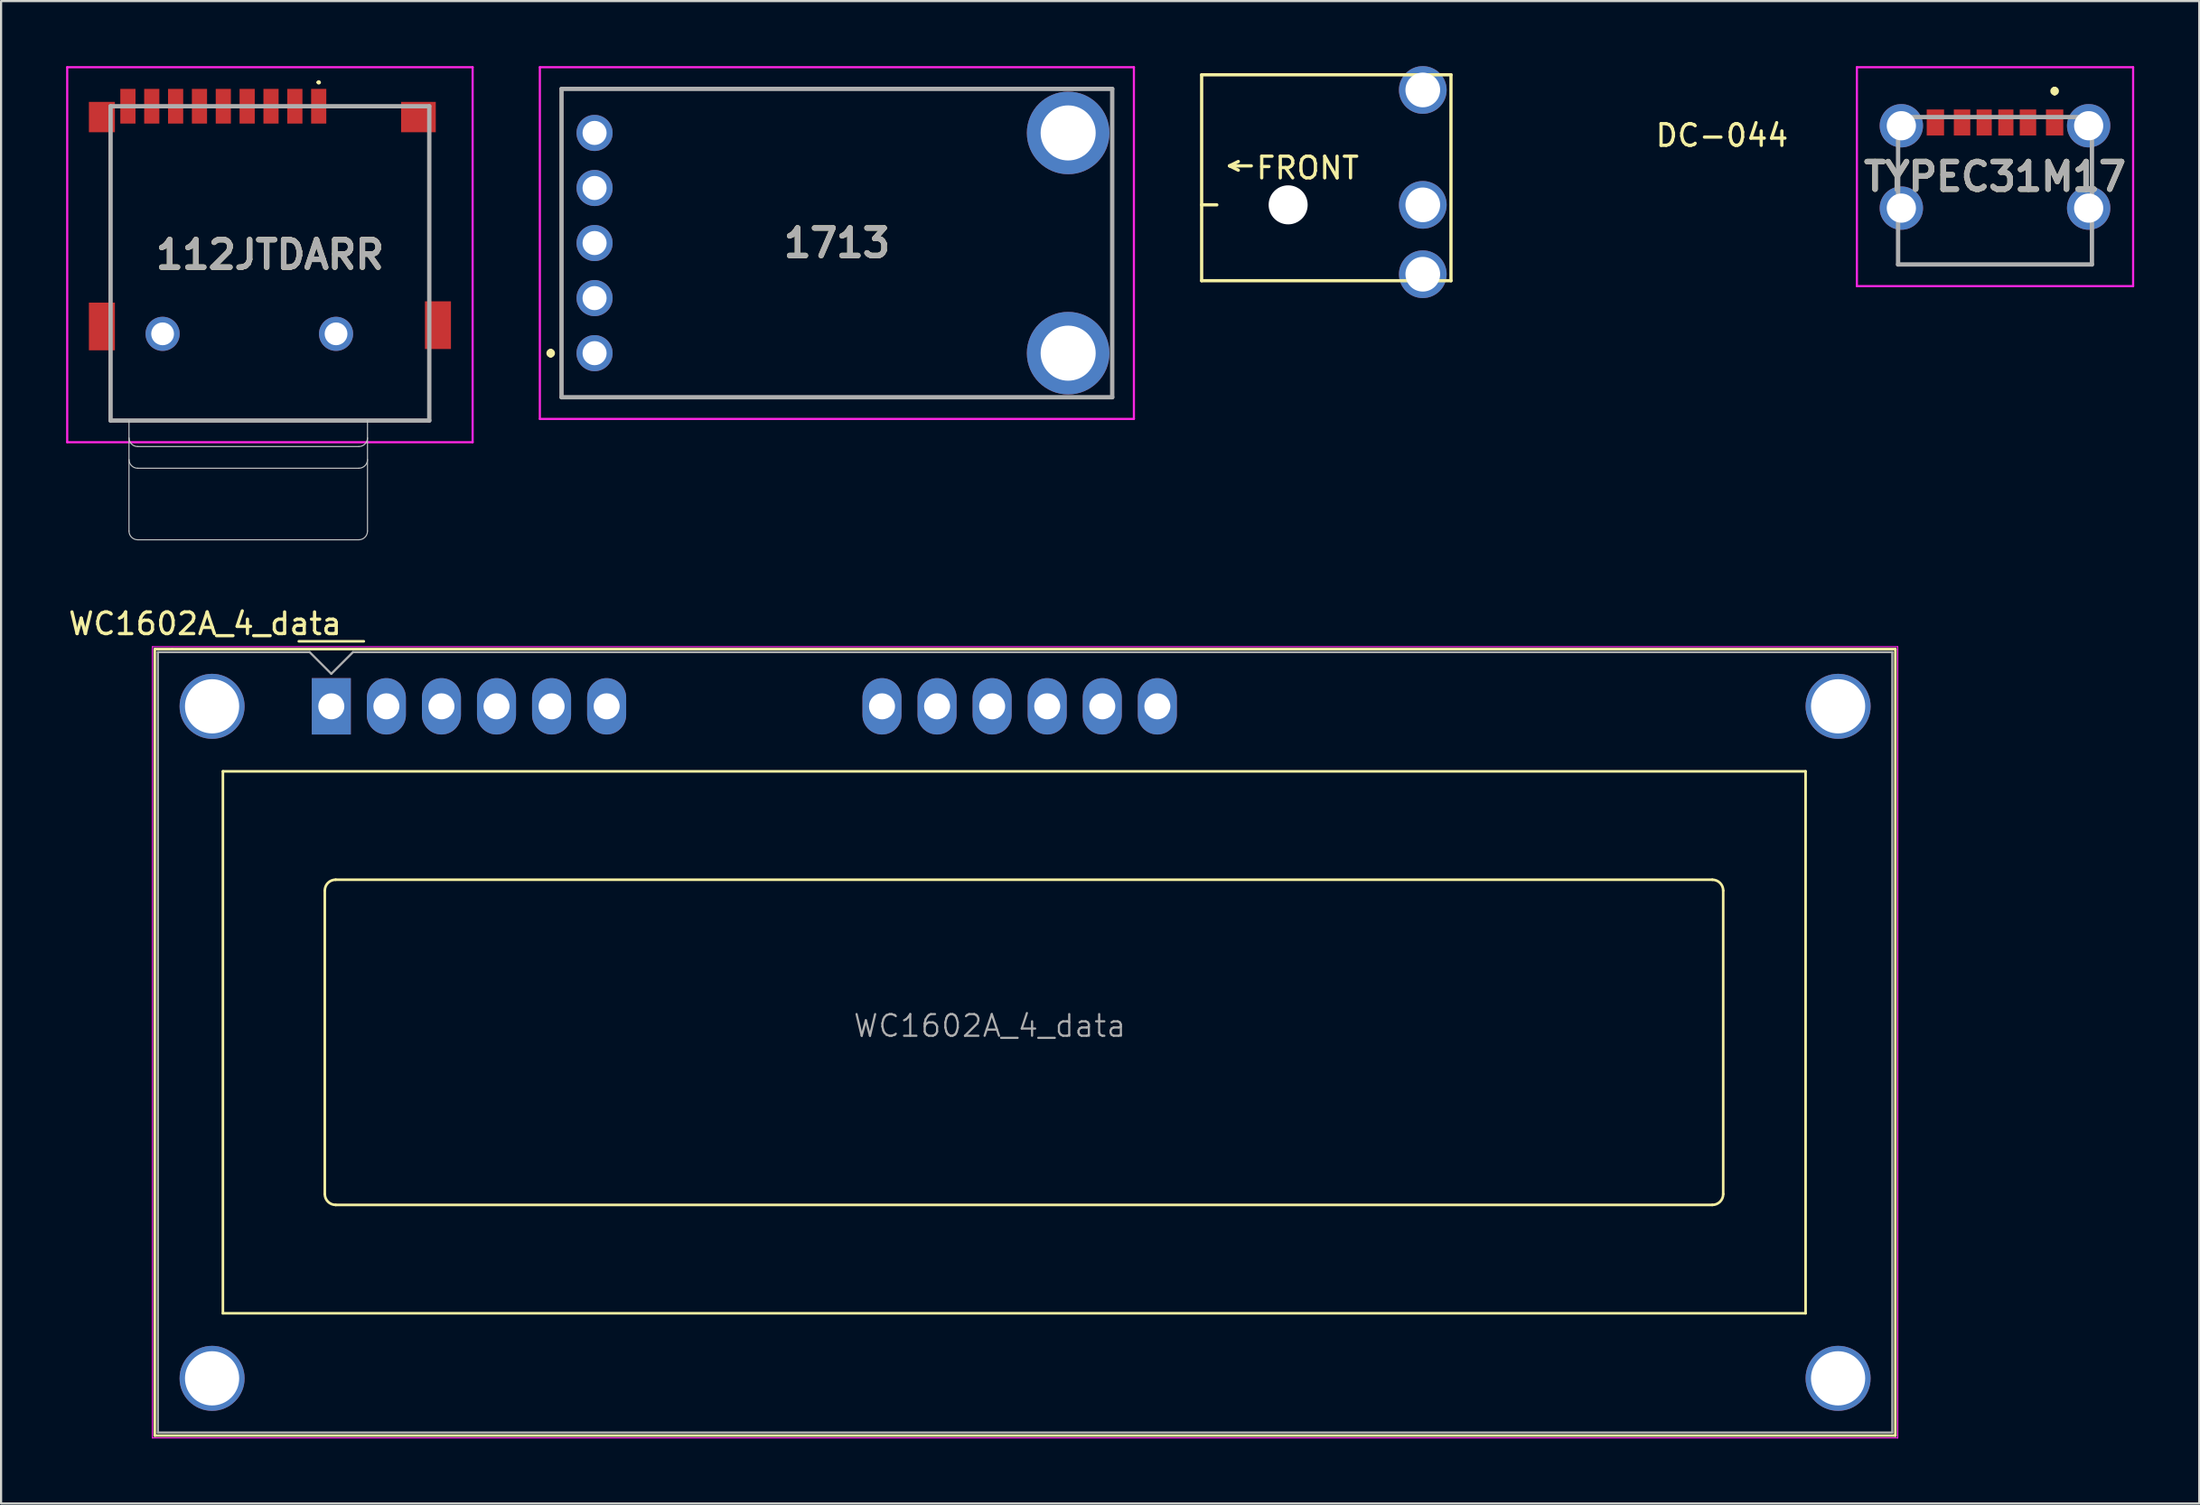
<source format=kicad_pcb>
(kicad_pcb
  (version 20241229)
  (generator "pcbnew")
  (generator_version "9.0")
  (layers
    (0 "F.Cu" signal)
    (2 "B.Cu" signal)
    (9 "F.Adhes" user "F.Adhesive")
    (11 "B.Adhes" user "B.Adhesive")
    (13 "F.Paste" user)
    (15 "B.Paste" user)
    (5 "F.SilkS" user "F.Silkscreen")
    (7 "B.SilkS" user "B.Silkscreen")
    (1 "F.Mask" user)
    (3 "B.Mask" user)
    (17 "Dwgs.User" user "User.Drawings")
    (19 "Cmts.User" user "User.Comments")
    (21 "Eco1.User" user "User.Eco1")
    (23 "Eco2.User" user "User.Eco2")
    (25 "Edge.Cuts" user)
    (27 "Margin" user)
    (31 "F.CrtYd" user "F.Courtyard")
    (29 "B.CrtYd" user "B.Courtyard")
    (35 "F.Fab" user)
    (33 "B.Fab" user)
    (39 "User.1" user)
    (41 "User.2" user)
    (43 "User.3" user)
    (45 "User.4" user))
  (footprint "112JTDARR"
    (layer "F.Cu")
    (at 9.4 1.85)
    (property "Reference" "112JTDARR" (at 0 6.85 0) (layer "F.SilkS") (effects (font (size 1.27 1.27) (thickness 0.254))))
    (attr through_hole)
    (fp_line (start -7.35 1.5) (end -7.35 8.5) (stroke (width 0.1) (type solid)) (layer "F.SilkS"))
    (fp_line (start -7.35 11.5) (end -7.35 14.5) (stroke (width 0.1) (type solid)) (layer "F.SilkS"))
    (fp_line (start -7.35 14.5) (end 7.35 14.5) (stroke (width 0.1) (type solid)) (layer "F.SilkS"))
    (fp_line (start 2.2 -1.1) (end 2.2 -1.1) (stroke (width 0.1) (type solid)) (layer "F.SilkS"))
    (fp_line (start 2.3 -1.1) (end 2.3 -1.1) (stroke (width 0.1) (type solid)) (layer "F.SilkS"))
    (fp_line (start 5.5 0) (end 3 0) (stroke (width 0.1) (type solid)) (layer "F.SilkS"))
    (fp_line (start 7.35 8.5) (end 7.35 1.5) (stroke (width 0.1) (type solid)) (layer "F.SilkS"))
    (fp_line (start 7.35 14.5) (end 7.35 11.5) (stroke (width 0.1) (type solid)) (layer "F.SilkS"))
    (fp_arc (start 2.2 -1.1) (mid 2.25 -1.15) (end 2.3 -1.1) (stroke (width 0.1) (type solid)) (layer "F.SilkS"))
    (fp_arc (start 2.3 -1.1) (mid 2.25 -1.05) (end 2.2 -1.1) (stroke (width 0.1) (type solid)) (layer "F.SilkS"))
    (fp_line (start -6.5 14.5) (end -6.5 19.6) (stroke (width 0.05) (type solid)) (layer "Dwgs.User"))
    (fp_line (start -6.1 15.7) (end 4.1 15.7) (stroke (width 0.05) (type solid)) (layer "Dwgs.User"))
    (fp_line (start -6.1 16.7) (end 4.1 16.7) (stroke (width 0.05) (type solid)) (layer "Dwgs.User"))
    (fp_line (start -6.1 20) (end 4.1 20) (stroke (width 0.05) (type solid)) (layer "Dwgs.User"))
    (fp_line (start 4.5 19.6) (end 4.5 14.5) (stroke (width 0.05) (type solid)) (layer "Dwgs.User"))
    (fp_arc (start -6.1 15.7) (mid -6.382843 15.582843) (end -6.5 15.3) (stroke (width 0.05) (type solid)) (layer "Dwgs.User"))
    (fp_arc (start -6.1 16.7) (mid -6.382843 16.582843) (end -6.5 16.3) (stroke (width 0.05) (type solid)) (layer "Dwgs.User"))
    (fp_arc (start -6.1 20) (mid -6.382843 19.882843) (end -6.5 19.6) (stroke (width 0.05) (type solid)) (layer "Dwgs.User"))
    (fp_arc (start 4.5 15.3) (mid 4.382843 15.582843) (end 4.1 15.7) (stroke (width 0.05) (type solid)) (layer "Dwgs.User"))
    (fp_arc (start 4.5 16.3) (mid 4.382843 16.582843) (end 4.1 16.7) (stroke (width 0.05) (type solid)) (layer "Dwgs.User"))
    (fp_arc (start 4.5 19.6) (mid 4.382843 19.882843) (end 4.1 20) (stroke (width 0.05) (type solid)) (layer "Dwgs.User"))
    (fp_line (start -9.35 -1.8) (end 9.35 -1.8) (stroke (width 0.1) (type solid)) (layer "F.CrtYd"))
    (fp_line (start -9.35 15.5) (end -9.35 -1.8) (stroke (width 0.1) (type solid)) (layer "F.CrtYd"))
    (fp_line (start 9.35 -1.8) (end 9.35 15.5) (stroke (width 0.1) (type solid)) (layer "F.CrtYd"))
    (fp_line (start 9.35 15.5) (end -9.35 15.5) (stroke (width 0.1) (type solid)) (layer "F.CrtYd"))
    (fp_line (start -7.35 0) (end 7.35 0) (stroke (width 0.2) (type solid)) (layer "F.Fab"))
    (fp_line (start -7.35 14.5) (end -7.35 0) (stroke (width 0.2) (type solid)) (layer "F.Fab"))
    (fp_line (start 7.35 0) (end 7.35 14.5) (stroke (width 0.2) (type solid)) (layer "F.Fab"))
    (fp_line (start 7.35 14.5) (end -7.35 14.5) (stroke (width 0.2) (type solid)) (layer "F.Fab"))
    (fp_text user "${REFERENCE}" (at 0 6.85 0) (layer "F.Fab") (effects (font (size 1.27 1.27) (thickness 0.254))))
    (pad "" np_thru_hole circle (at -4.95 10.5) (size 1.575 1.575) (drill 1.05) (layers "*.Cu" "*.Mask"))
    (pad "" np_thru_hole circle (at 3.05 10.5) (size 1.575 1.575) (drill 1.05) (layers "*.Cu" "*.Mask"))
    (pad "1" smd rect (at 2.25 0) (size 0.7 1.6) (layers "F.Cu" "F.Mask" "F.Paste"))
    (pad "2" smd rect (at 1.15 0) (size 0.7 1.6) (layers "F.Cu" "F.Mask" "F.Paste"))
    (pad "3" smd rect (at 0.05 0) (size 0.7 1.6) (layers "F.Cu" "F.Mask" "F.Paste"))
    (pad "4" smd rect (at -1.05 0) (size 0.7 1.6) (layers "F.Cu" "F.Mask" "F.Paste"))
    (pad "5" smd rect (at -2.15 0) (size 0.7 1.6) (layers "F.Cu" "F.Mask" "F.Paste"))
    (pad "6" smd rect (at -3.25 0) (size 0.7 1.6) (layers "F.Cu" "F.Mask" "F.Paste"))
    (pad "7" smd rect (at -4.35 0) (size 0.7 1.6) (layers "F.Cu" "F.Mask" "F.Paste"))
    (pad "8" smd rect (at -5.45 0) (size 0.7 1.6) (layers "F.Cu" "F.Mask" "F.Paste"))
    (pad "9" smd rect (at -6.55 0) (size 0.7 1.6) (layers "F.Cu" "F.Mask" "F.Paste"))
    (pad "10" smd rect (at -7.75 0.5) (size 1.2 1.4) (layers "F.Cu" "F.Mask" "F.Paste"))
    (pad "11" smd rect (at -7.75 10.16) (size 1.2 2.2) (layers "F.Cu" "F.Mask" "F.Paste"))
    (pad "12" smd rect (at 7.75 10.1) (size 1.2 2.2) (layers "F.Cu" "F.Mask" "F.Paste"))
    (pad "13" smd rect (at 6.85 0.5 90) (size 1.4 1.6) (layers "F.Cu" "F.Mask" "F.Paste")))
  (footprint "TYPEC31M17"
    (layer "F.Cu")
    (at 88.968 5.1)
    (property "Reference" "TYPEC31M17" (at 0 0 0) (layer "F.SilkS") (effects (font (size 1.27 1.27) (thickness 0.254))))
    (attr through_hole)
    (fp_line (start -4.47 4.05) (end 4.32 4.05) (stroke (width 0.1) (type solid)) (layer "F.SilkS"))
    (fp_line (start 2.75 -4.05) (end 2.75 -4.05) (stroke (width 0.2) (type solid)) (layer "F.SilkS"))
    (fp_line (start 2.75 -3.85) (end 2.75 -3.85) (stroke (width 0.2) (type solid)) (layer "F.SilkS"))
    (fp_arc (start 2.75 -4.05) (mid 2.85 -3.95) (end 2.75 -3.85) (stroke (width 0.2) (type solid)) (layer "F.SilkS"))
    (fp_arc (start 2.75 -3.85) (mid 2.65 -3.95) (end 2.75 -4.05) (stroke (width 0.2) (type solid)) (layer "F.SilkS"))
    (fp_line (start -6.37 -5.05) (end 6.37 -5.05) (stroke (width 0.1) (type solid)) (layer "F.CrtYd"))
    (fp_line (start -6.37 5.05) (end -6.37 -5.05) (stroke (width 0.1) (type solid)) (layer "F.CrtYd"))
    (fp_line (start 6.37 -5.05) (end 6.37 5.05) (stroke (width 0.1) (type solid)) (layer "F.CrtYd"))
    (fp_line (start 6.37 5.05) (end -6.37 5.05) (stroke (width 0.1) (type solid)) (layer "F.CrtYd"))
    (fp_line (start -4.47 -2.75) (end 4.47 -2.75) (stroke (width 0.2) (type solid)) (layer "F.Fab"))
    (fp_line (start -4.47 4.05) (end -4.47 -2.75) (stroke (width 0.2) (type solid)) (layer "F.Fab"))
    (fp_line (start 4.47 -2.75) (end 4.47 4.05) (stroke (width 0.2) (type solid)) (layer "F.Fab"))
    (fp_line (start 4.47 4.05) (end -4.47 4.05) (stroke (width 0.2) (type solid)) (layer "F.Fab"))
    (fp_text user "${REFERENCE}" (at 0 0 0) (layer "F.Fab") (effects (font (size 1.27 1.27) (thickness 0.254))))
    (pad "A5" smd rect (at -0.5 -2.5) (size 0.7 1.2) (layers "F.Cu" "F.Mask" "F.Paste"))
    (pad "A9" smd rect (at 1.52 -2.5) (size 0.76 1.2) (layers "F.Cu" "F.Mask" "F.Paste"))
    (pad "A12" smd rect (at 2.75 -2.5) (size 0.8 1.2) (layers "F.Cu" "F.Mask" "F.Paste"))
    (pad "B5" smd rect (at 0.5 -2.5) (size 0.7 1.2) (layers "F.Cu" "F.Mask" "F.Paste"))
    (pad "B9" smd rect (at -1.52 -2.5) (size 0.76 1.2) (layers "F.Cu" "F.Mask" "F.Paste"))
    (pad "B12" smd rect (at -2.75 -2.5) (size 0.8 1.2) (layers "F.Cu" "F.Mask" "F.Paste"))
    (pad "MH1" thru_hole circle (at -4.32 1.45) (size 2 2) (drill 1.346) (layers "*.Cu" "*.Mask"))
    (pad "MH2" thru_hole circle (at 4.32 1.45) (size 2 2) (drill 1.346) (layers "*.Cu" "*.Mask"))
    (pad "MH3" thru_hole circle (at 4.32 -2.35) (size 2 2) (drill 1.346) (layers "*.Cu" "*.Mask"))
    (pad "MH4" thru_hole circle (at -4.32 -2.35) (size 2 2) (drill 1.346) (layers "*.Cu" "*.Mask")))
  (footprint "1713"
    (layer "F.Cu")
    (at 48.25 8.162)
    (property "Reference" "1713" (at -12.7 0 0) (layer "F.SilkS") (effects (font (size 1.27 1.27) (thickness 0.254))))
    (attr through_hole)
    (fp_line (start -25.9 4.98) (end -25.9 4.98) (stroke (width 0.2) (type solid)) (layer "F.SilkS"))
    (fp_line (start -25.9 5.18) (end -25.9 5.18) (stroke (width 0.2) (type solid)) (layer "F.SilkS"))
    (fp_line (start -25.4 -7.112) (end -25.4 7.112) (stroke (width 0.1) (type solid)) (layer "F.SilkS"))
    (fp_line (start -25.4 7.112) (end -5.08 7.112) (stroke (width 0.1) (type solid)) (layer "F.SilkS"))
    (fp_line (start -5.08 -7.112) (end -25.4 -7.112) (stroke (width 0.1) (type solid)) (layer "F.SilkS"))
    (fp_line (start 0 -2.54) (end 0 2.54) (stroke (width 0.1) (type solid)) (layer "F.SilkS"))
    (fp_arc (start -25.9 4.98) (mid -25.8 5.08) (end -25.9 5.18) (stroke (width 0.2) (type solid)) (layer "F.SilkS"))
    (fp_arc (start -25.9 5.18) (mid -26 5.08) (end -25.9 4.98) (stroke (width 0.2) (type solid)) (layer "F.SilkS"))
    (fp_line (start -26.4 -8.112) (end 1 -8.112) (stroke (width 0.1) (type solid)) (layer "F.CrtYd"))
    (fp_line (start -26.4 8.112) (end -26.4 -8.112) (stroke (width 0.1) (type solid)) (layer "F.CrtYd"))
    (fp_line (start 1 -8.112) (end 1 8.112) (stroke (width 0.1) (type solid)) (layer "F.CrtYd"))
    (fp_line (start 1 8.112) (end -26.4 8.112) (stroke (width 0.1) (type solid)) (layer "F.CrtYd"))
    (fp_line (start -25.4 -7.112) (end 0 -7.112) (stroke (width 0.2) (type solid)) (layer "F.Fab"))
    (fp_line (start -25.4 7.112) (end -25.4 -7.112) (stroke (width 0.2) (type solid)) (layer "F.Fab"))
    (fp_line (start 0 -7.112) (end 0 7.112) (stroke (width 0.2) (type solid)) (layer "F.Fab"))
    (fp_line (start 0 7.112) (end -25.4 7.112) (stroke (width 0.2) (type solid)) (layer "F.Fab"))
    (fp_text user "${REFERENCE}" (at -12.7 0 0) (layer "F.Fab") (effects (font (size 1.27 1.27) (thickness 0.254))))
    (pad "1" thru_hole circle (at -23.876 5.08) (size 1.665 1.665) (drill 1.11) (layers "*.Cu" "*.Mask"))
    (pad "2" thru_hole circle (at -23.876 2.54) (size 1.665 1.665) (drill 1.11) (layers "*.Cu" "*.Mask"))
    (pad "3" thru_hole circle (at -23.876 0) (size 1.665 1.665) (drill 1.11) (layers "*.Cu" "*.Mask"))
    (pad "4" thru_hole circle (at -23.876 -2.54) (size 1.665 1.665) (drill 1.11) (layers "*.Cu" "*.Mask"))
    (pad "5" thru_hole circle (at -23.876 -5.08) (size 1.665 1.665) (drill 1.11) (layers "*.Cu" "*.Mask"))
    (pad "MH1" thru_hole circle (at -2.032 5.08) (size 3.81 3.81) (drill 2.54) (layers "*.Cu" "*.Mask"))
    (pad "MH2" thru_hole circle (at -2.032 -5.08) (size 3.81 3.81) (drill 2.54) (layers "*.Cu" "*.Mask")))
  (footprint "WC1602A_4_data"
    (layer "F.Cu")
    (at 12.231 29.533)
    (property "Reference" "WC1602A_4_data" (at -5.82 -3.81 0) (layer "F.SilkS") (effects (font (size 1 1) (thickness 0.15))))
    (attr through_hole)
    (fp_line (start -8.14 -2.64) (end -8.14 33.64) (stroke (width 0.12) (type solid)) (layer "F.SilkS"))
    (fp_line (start -8.14 33.64) (end 72.14 33.64) (stroke (width 0.12) (type solid)) (layer "F.SilkS"))
    (fp_line (start -8.13 -2.64) (end -7.34 -2.64) (stroke (width 0.12) (type solid)) (layer "F.SilkS"))
    (fp_line (start -5 3) (end 68 3) (stroke (width 0.12) (type solid)) (layer "F.SilkS"))
    (fp_line (start -5 28) (end -5 3) (stroke (width 0.12) (type solid)) (layer "F.SilkS"))
    (fp_line (start -1.5 -3) (end 1.5 -3) (stroke (width 0.12) (type solid)) (layer "F.SilkS"))
    (fp_line (start -0.3 22.499) (end -0.3 8.5) (stroke (width 0.12) (type solid)) (layer "F.SilkS"))
    (fp_line (start 0.2 8) (end 63.7 8) (stroke (width 0.12) (type solid)) (layer "F.SilkS"))
    (fp_line (start 63.701 23) (end 0.2 23) (stroke (width 0.12) (type solid)) (layer "F.SilkS"))
    (fp_line (start 64.2 8.5) (end 64.2 22.5) (stroke (width 0.12) (type solid)) (layer "F.SilkS"))
    (fp_line (start 68 3) (end 68 28) (stroke (width 0.12) (type solid)) (layer "F.SilkS"))
    (fp_line (start 68 28) (end -5 28) (stroke (width 0.12) (type solid)) (layer "F.SilkS"))
    (fp_line (start 72.14 -2.64) (end -7.34 -2.64) (stroke (width 0.12) (type solid)) (layer "F.SilkS"))
    (fp_line (start 72.14 33.64) (end 72.14 -2.64) (stroke (width 0.12) (type solid)) (layer "F.SilkS"))
    (fp_arc (start -0.29972 8.49884) (mid -0.153162 8.145018) (end 0.20066 7.99846) (stroke (width 0.12) (type solid)) (layer "F.SilkS"))
    (fp_arc (start 0.20066 22.9997) (mid -0.153162 22.853142) (end -0.29972 22.49932) (stroke (width 0.12) (type solid)) (layer "F.SilkS"))
    (fp_arc (start 63.7 8) (mid 64.053553 8.146447) (end 64.2 8.5) (stroke (width 0.12) (type solid)) (layer "F.SilkS"))
    (fp_arc (start 64.20104 22.49932) (mid 64.054482 22.853142) (end 63.70066 22.9997) (stroke (width 0.12) (type solid)) (layer "F.SilkS"))
    (fp_line (start -8.25 -2.75) (end -8.25 33.75) (stroke (width 0.05) (type solid)) (layer "F.CrtYd"))
    (fp_line (start -8.25 -2.75) (end 72.25 -2.75) (stroke (width 0.05) (type solid)) (layer "F.CrtYd"))
    (fp_line (start -8.25 33.75) (end 72.25 33.75) (stroke (width 0.05) (type solid)) (layer "F.CrtYd"))
    (fp_line (start 72.25 -2.75) (end 72.25 33.75) (stroke (width 0.05) (type solid)) (layer "F.CrtYd"))
    (fp_line (start -8 33.5) (end -8 -2.5) (stroke (width 0.1) (type solid)) (layer "F.Fab"))
    (fp_line (start -1 -2.5) (end -8 -2.5) (stroke (width 0.1) (type solid)) (layer "F.Fab"))
    (fp_line (start 0 -1.5) (end -1 -2.5) (stroke (width 0.1) (type solid)) (layer "F.Fab"))
    (fp_line (start 1 -2.5) (end 0 -1.5) (stroke (width 0.1) (type solid)) (layer "F.Fab"))
    (fp_line (start 1 -2.5) (end 72 -2.5) (stroke (width 0.1) (type solid)) (layer "F.Fab"))
    (fp_line (start 72 -2.5) (end 72 33.5) (stroke (width 0.1) (type solid)) (layer "F.Fab"))
    (fp_line (start 72 33.5) (end -8 33.5) (stroke (width 0.1) (type solid)) (layer "F.Fab"))
    (fp_text user "${REFERENCE}" (at 30.37 14.74 0) (layer "F.Fab") (effects (font (size 1 1) (thickness 0.1))))
    (pad "" thru_hole circle (at -5.499 0) (size 3 3) (drill 2.5) (layers "*.Cu" "*.Mask"))
    (pad "" thru_hole circle (at -5.499 31.001) (size 3 3) (drill 2.5) (layers "*.Cu" "*.Mask"))
    (pad "" thru_hole circle (at 69.499 31.001) (size 3 3) (drill 2.5) (layers "*.Cu" "*.Mask"))
    (pad "" thru_hole circle (at 69.5 0) (size 3 3) (drill 2.5) (layers "*.Cu" "*.Mask"))
    (pad "1" thru_hole rect (at 0 0) (size 1.8 2.6) (drill 1.2) (layers "*.Cu" "*.Mask"))
    (pad "2" thru_hole oval (at 2.54 0) (size 1.8 2.6) (drill 1.2) (layers "*.Cu" "*.Mask"))
    (pad "3" thru_hole oval (at 5.08 0) (size 1.8 2.6) (drill 1.2) (layers "*.Cu" "*.Mask"))
    (pad "4" thru_hole oval (at 7.62 0) (size 1.8 2.6) (drill 1.2) (layers "*.Cu" "*.Mask"))
    (pad "5" thru_hole oval (at 10.16 0) (size 1.8 2.6) (drill 1.2) (layers "*.Cu" "*.Mask"))
    (pad "6" thru_hole oval (at 12.7 0) (size 1.8 2.6) (drill 1.2) (layers "*.Cu" "*.Mask"))
    (pad "11" thru_hole oval (at 25.4 0) (size 1.8 2.6) (drill 1.2) (layers "*.Cu" "*.Mask"))
    (pad "12" thru_hole oval (at 27.94 0) (size 1.8 2.6) (drill 1.2) (layers "*.Cu" "*.Mask"))
    (pad "13" thru_hole oval (at 30.48 0) (size 1.8 2.6) (drill 1.2) (layers "*.Cu" "*.Mask"))
    (pad "14" thru_hole oval (at 33.02 0) (size 1.8 2.6) (drill 1.2) (layers "*.Cu" "*.Mask"))
    (pad "15" thru_hole oval (at 35.56 0) (size 1.8 2.6) (drill 1.2) (layers "*.Cu" "*.Mask"))
    (pad "16" thru_hole oval (at 38.1 0) (size 1.8 2.6) (drill 1.2) (layers "*.Cu" "*.Mask")))
  (footprint "DC-044"
    (layer "F.Cu")
    (at 62.575 6.4)
    (property "Reference" "DC-044" (at 13.8 -3.2 0) (layer "F.SilkS") (effects (font (size 1 1) (thickness 0.15))))
    (attr through_hole)
    (fp_line (start -10.2 -6) (end 1.3 -6) (stroke (width 0.15) (type solid)) (layer "F.SilkS"))
    (fp_line (start -10.2 0) (end -9.5 0) (stroke (width 0.15) (type solid)) (layer "F.SilkS"))
    (fp_line (start -10.2 3.5) (end -10.2 -6) (stroke (width 0.15) (type solid)) (layer "F.SilkS"))
    (fp_line (start -8.91 -1.8) (end -8.51 -2) (stroke (width 0.15) (type solid)) (layer "F.SilkS"))
    (fp_line (start -8.91 -1.8) (end -8.51 -1.6) (stroke (width 0.15) (type solid)) (layer "F.SilkS"))
    (fp_line (start -7.91 -1.8) (end -8.91 -1.8) (stroke (width 0.15) (type solid)) (layer "F.SilkS"))
    (fp_line (start 1.3 -6) (end 1.3 3.5) (stroke (width 0.15) (type solid)) (layer "F.SilkS"))
    (fp_line (start 1.3 3.5) (end -10.2 3.5) (stroke (width 0.15) (type solid)) (layer "F.SilkS"))
    (fp_text user "FRONT" (at -5.31 -1.7 0) (layer "F.SilkS") (effects (font (size 1 1) (thickness 0.15))))
    (pad "" np_thru_hole circle (at -6.21 0) (size 1.8 1.8) (drill oval 1.8) (layers "*.Cu" "*.Mask"))
    (pad "1" thru_hole circle (at 0 3.2 90) (size 2.2 2.2) (drill oval 1.6) (layers "*.Cu" "*.Mask"))
    (pad "2" thru_hole circle (at 0 -5.3 90) (size 2.2 2.2) (drill oval 1.6) (layers "*.Cu" "*.Mask"))
    (pad "3" thru_hole circle (at 0 0 90) (size 2.2 2.2) (drill oval 1.6) (layers "*.Cu" "*.Mask")))
  (gr_rect
    (start -3 -3)
    (end 98.388 66.308)
    (stroke (width 0.1) (type default))
    (fill no)
    (layer "Edge.Cuts")))
</source>
